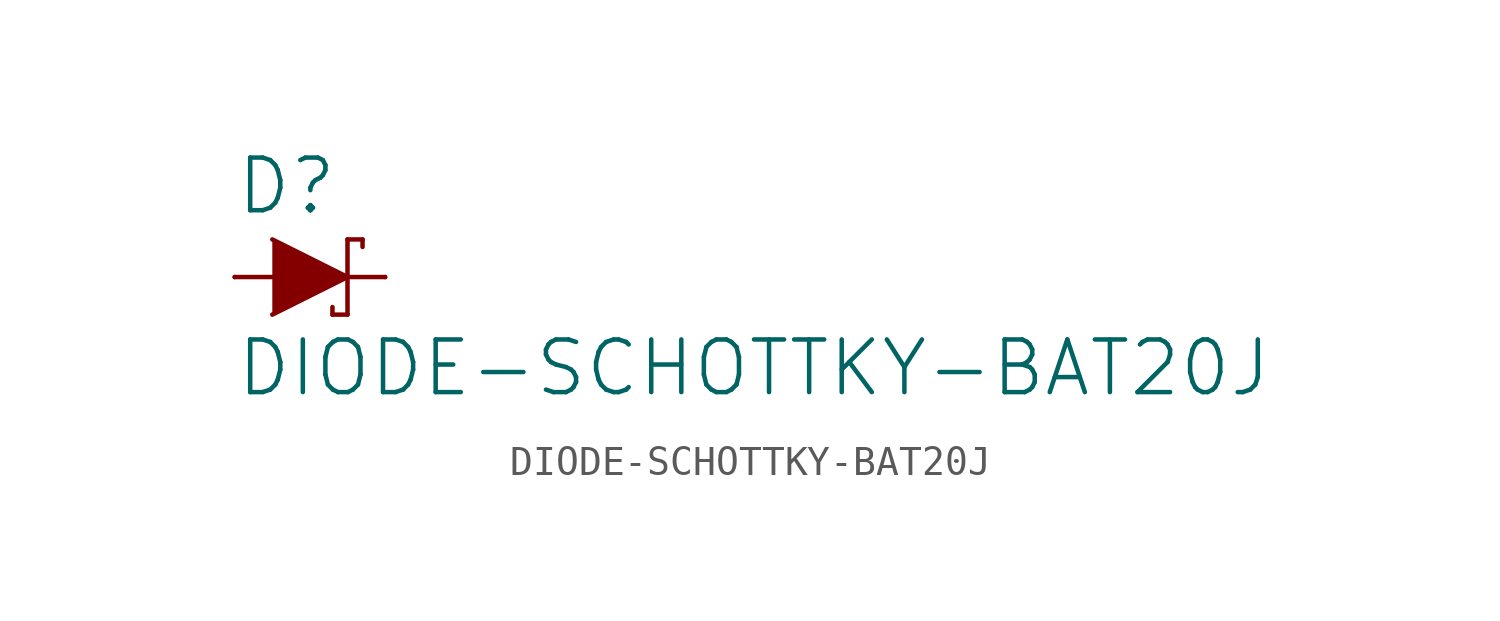
<source format=kicad_sym>
(kicad_symbol_lib
  (version 20220331)
  (generator kicad_symbol_editor)
  (symbol "DIODE-SCHOTTKY-BAT20J"
    (property "Reference" "D"
      (at -2.54 2.032 0)
      (effects (font (size 1.778 1.778)) (justify left bottom)))
    (property "Value" "DIODE-SCHOTTKY-BAT20J"
      (at -2.54 -2.032 0)
      (effects (font (size 1.778 1.778)) (justify left top)))
    (property "ki_locked" ""
      (at 0 0 0)
      (effects (font (size 1.27 1.27))))
    (symbol "DIODE-SCHOTTKY-BAT20J_1_0"
      (polyline (pts (xy -2.54 0) (xy -1.27 0)) (stroke (width 0.152) (type solid)) (fill (type none)))
      (polyline (pts (xy 0.762 -1.27) (xy 0.762 -1.016)) (stroke (width 0.152) (type solid)) (fill (type none)))
      (polyline (pts (xy 1.27 -1.27) (xy 0.762 -1.27)) (stroke (width 0.152) (type solid)) (fill (type none)))
      (polyline (pts (xy 1.27 0) (xy 1.27 -1.27)) (stroke (width 0.152) (type solid)) (fill (type none)))
      (polyline (pts (xy 1.27 1.27) (xy 1.27 0)) (stroke (width 0.152) (type solid)) (fill (type none)))
      (polyline (pts (xy 1.27 1.27) (xy 1.778 1.27)) (stroke (width 0.152) (type solid)) (fill (type none)))
      (polyline (pts (xy 1.778 1.27) (xy 1.778 1.016)) (stroke (width 0.152) (type solid)) (fill (type none)))
      (polyline (pts (xy 2.54 0) (xy 1.27 0)) (stroke (width 0.152) (type solid)) (fill (type none)))
      (polyline (pts (xy -1.27 1.27) (xy 1.27 0) (xy -1.27 -1.27)) (stroke (width 0) (type default)) (fill (type outline)))
      (pin passive line (at -2.54 0 0) (length 0) (name "A" (effects (font (size 0 0)))) (number "A" (effects (font (size 0 0)))))
      (pin passive line (at 2.54 0 180) (length 0) (name "C" (effects (font (size 0 0)))) (number "C" (effects (font (size 0 0))))))))
</source>
